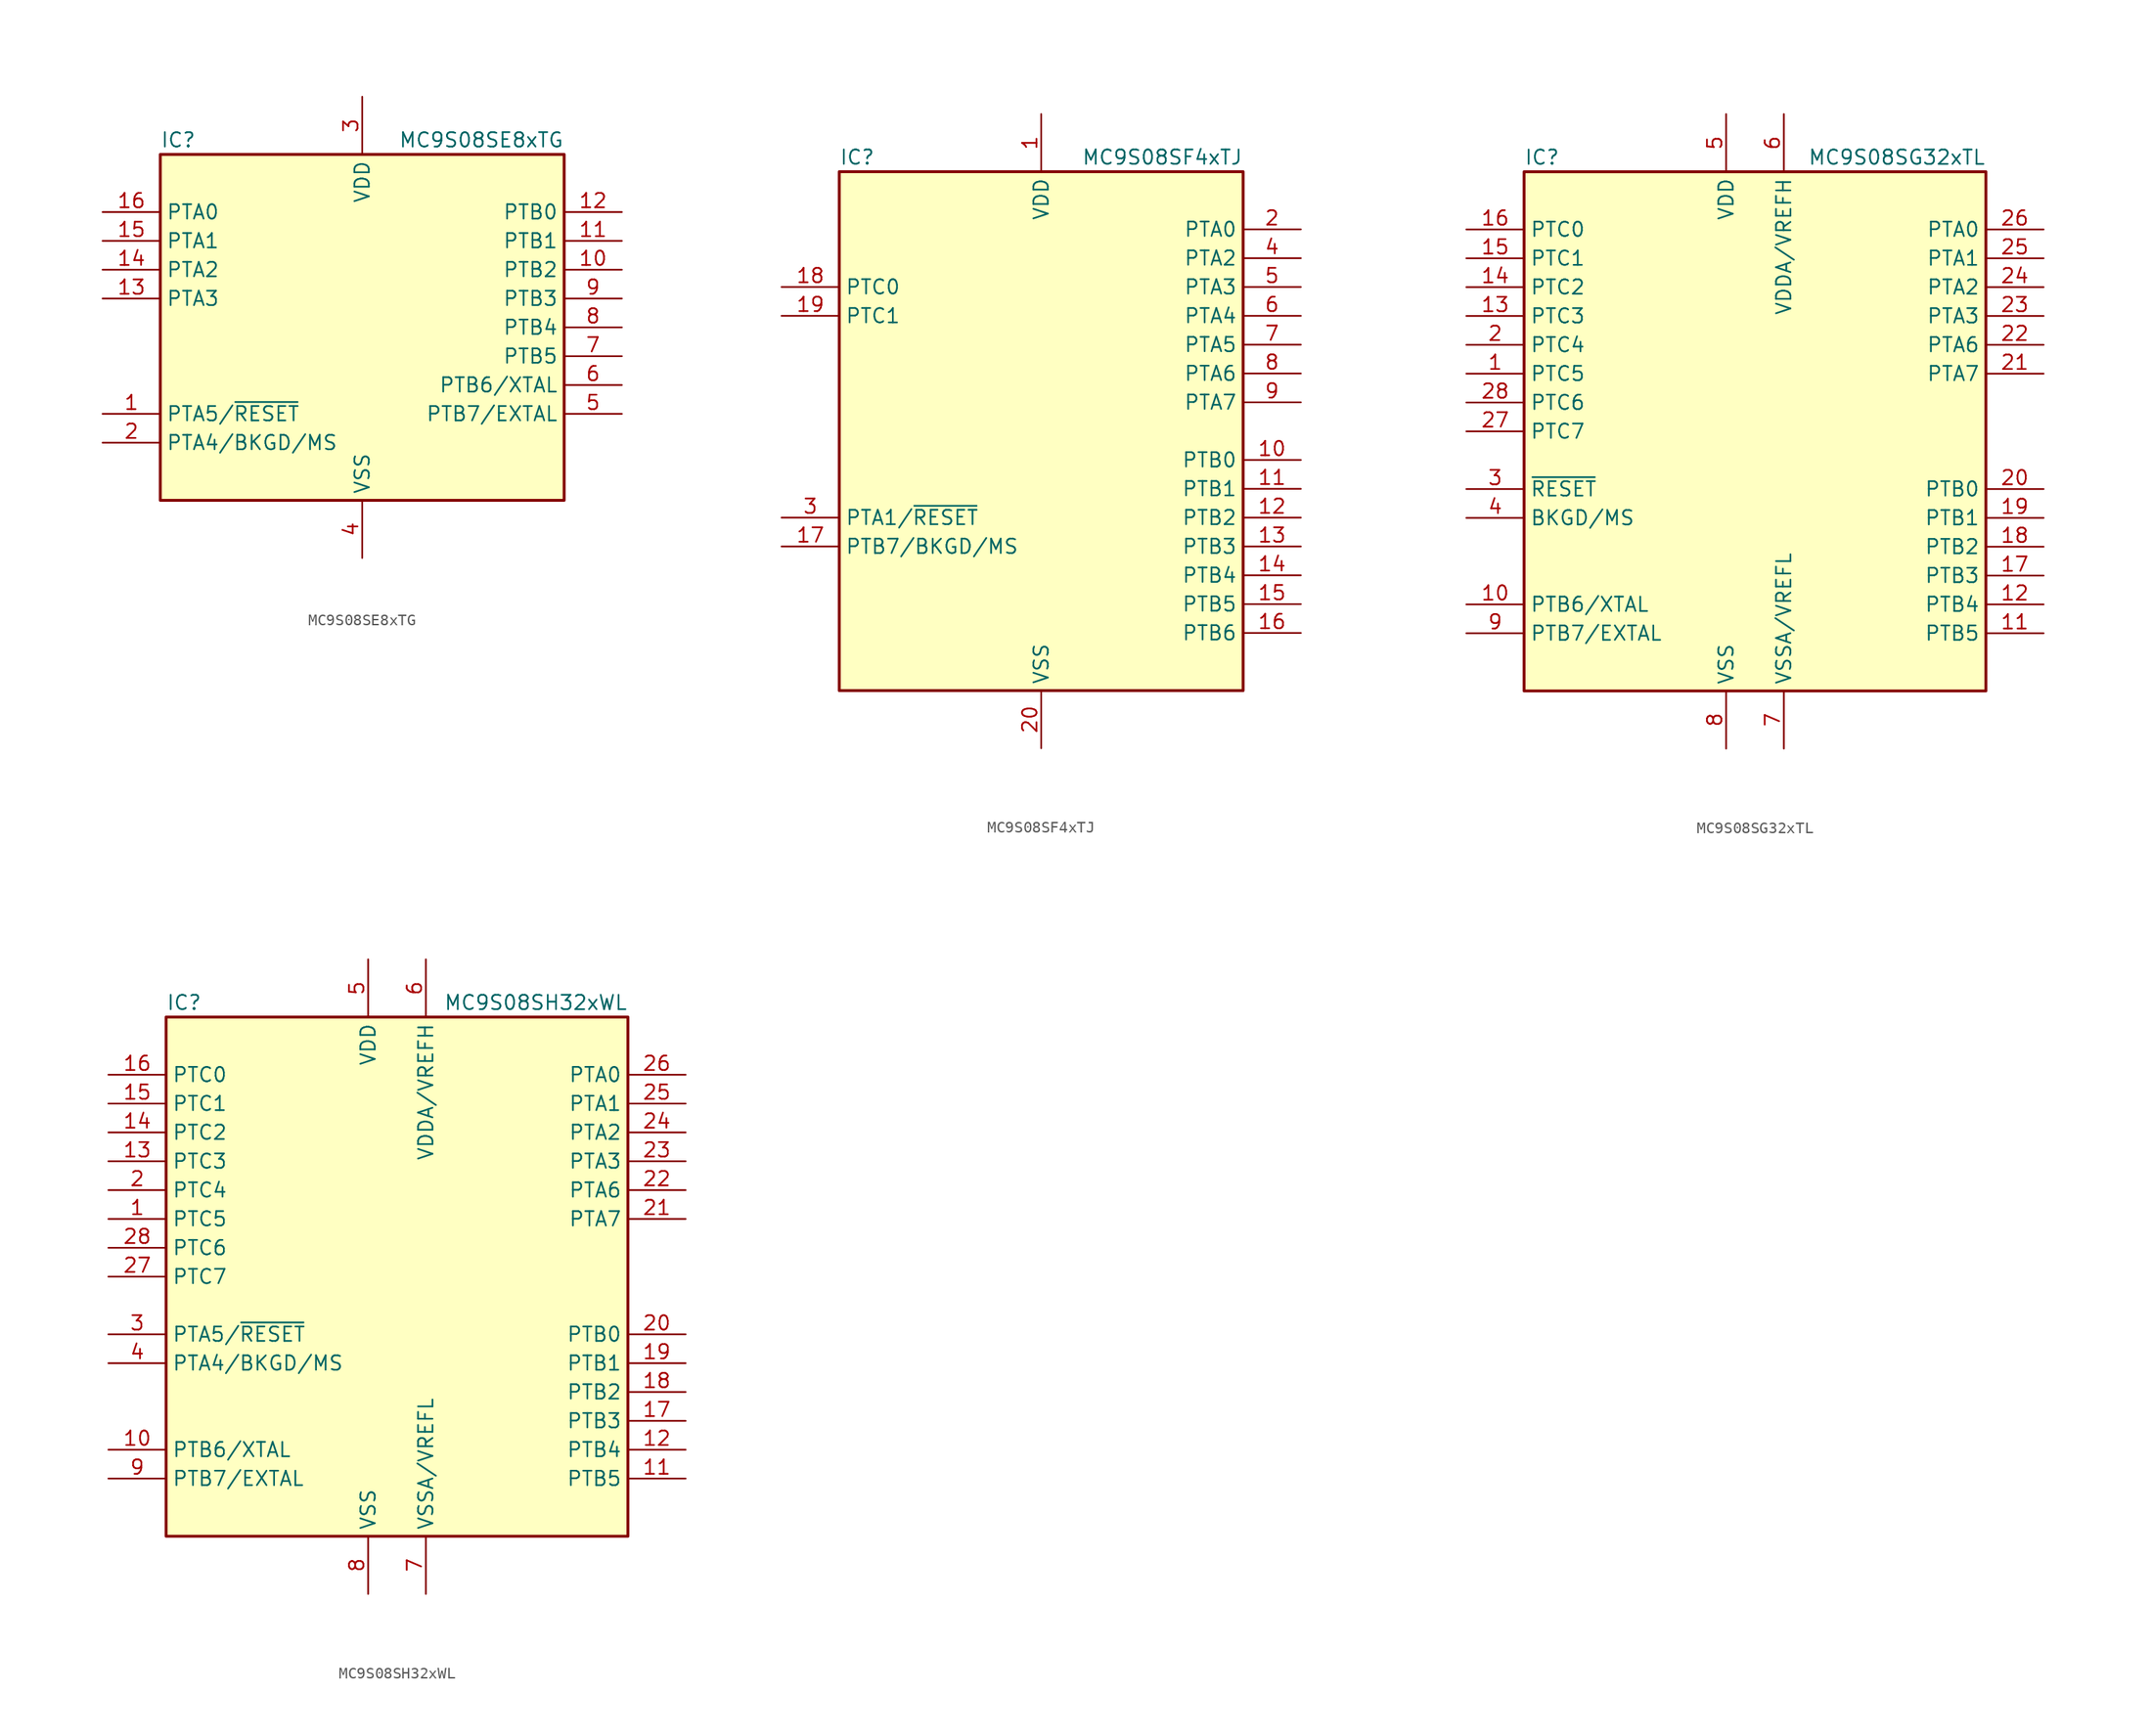
<source format=kicad_sym>
(kicad_symbol_lib
  (version 20231120)
  (generator "kicad_symbol_editor")
  (generator_version "8.0")
  (symbol "MC9S08SE8xTG"
    (property "Reference" "IC"
      (at -17.78 16.51 0)
      (effects (font (size 1.27 1.27)) (justify left)))
    (property "Value" "MC9S08SE8xTG"
      (at 17.78 16.51 0)
      (effects (font (size 1.27 1.27)) (justify right)))
    (symbol "MC9S08SE8xTG_0_1"
      (rectangle (start -17.78 15.24) (end 17.78 -15.24) (stroke (width 0.254) (type default)) (fill (type background))))
    (symbol "MC9S08SE8xTG_1_1"
      (pin bidirectional line (at -22.86 -7.62 0) (length 5.08) (name "PTA5/~{RESET}" (effects (font (size 1.27 1.27)))) (number "1" (effects (font (size 1.27 1.27)))))
      (pin bidirectional line (at 22.86 5.08 180) (length 5.08) (name "PTB2" (effects (font (size 1.27 1.27)))) (number "10" (effects (font (size 1.27 1.27)))))
      (pin bidirectional line (at 22.86 7.62 180) (length 5.08) (name "PTB1" (effects (font (size 1.27 1.27)))) (number "11" (effects (font (size 1.27 1.27)))))
      (pin bidirectional line (at 22.86 10.16 180) (length 5.08) (name "PTB0" (effects (font (size 1.27 1.27)))) (number "12" (effects (font (size 1.27 1.27)))))
      (pin bidirectional line (at -22.86 2.54 0) (length 5.08) (name "PTA3" (effects (font (size 1.27 1.27)))) (number "13" (effects (font (size 1.27 1.27)))))
      (pin bidirectional line (at -22.86 5.08 0) (length 5.08) (name "PTA2" (effects (font (size 1.27 1.27)))) (number "14" (effects (font (size 1.27 1.27)))))
      (pin bidirectional line (at -22.86 7.62 0) (length 5.08) (name "PTA1" (effects (font (size 1.27 1.27)))) (number "15" (effects (font (size 1.27 1.27)))))
      (pin bidirectional line (at -22.86 10.16 0) (length 5.08) (name "PTA0" (effects (font (size 1.27 1.27)))) (number "16" (effects (font (size 1.27 1.27)))))
      (pin bidirectional line (at -22.86 -10.16 0) (length 5.08) (name "PTA4/BKGD/MS" (effects (font (size 1.27 1.27)))) (number "2" (effects (font (size 1.27 1.27)))))
      (pin power_in line (at 0 20.32 270) (length 5.08) (name "VDD" (effects (font (size 1.27 1.27)))) (number "3" (effects (font (size 1.27 1.27)))))
      (pin power_in line (at 0 -20.32 90) (length 5.08) (name "VSS" (effects (font (size 1.27 1.27)))) (number "4" (effects (font (size 1.27 1.27)))))
      (pin bidirectional line (at 22.86 -7.62 180) (length 5.08) (name "PTB7/EXTAL" (effects (font (size 1.27 1.27)))) (number "5" (effects (font (size 1.27 1.27)))))
      (pin bidirectional line (at 22.86 -5.08 180) (length 5.08) (name "PTB6/XTAL" (effects (font (size 1.27 1.27)))) (number "6" (effects (font (size 1.27 1.27)))))
      (pin bidirectional line (at 22.86 -2.54 180) (length 5.08) (name "PTB5" (effects (font (size 1.27 1.27)))) (number "7" (effects (font (size 1.27 1.27)))))
      (pin bidirectional line (at 22.86 0 180) (length 5.08) (name "PTB4" (effects (font (size 1.27 1.27)))) (number "8" (effects (font (size 1.27 1.27)))))
      (pin bidirectional line (at 22.86 2.54 180) (length 5.08) (name "PTB3" (effects (font (size 1.27 1.27)))) (number "9" (effects (font (size 1.27 1.27)))))))
  (symbol "MC9S08SF4xTJ"
    (property "Reference" "IC"
      (at -17.78 24.13 0)
      (effects (font (size 1.27 1.27)) (justify left)))
    (property "Value" "MC9S08SF4xTJ"
      (at 17.78 24.13 0)
      (effects (font (size 1.27 1.27)) (justify right)))
    (symbol "MC9S08SF4xTJ_0_1"
      (rectangle (start -17.78 22.86) (end 17.78 -22.86) (stroke (width 0.254) (type default)) (fill (type background))))
    (symbol "MC9S08SF4xTJ_1_1"
      (pin power_in line (at 0 27.94 270) (length 5.08) (name "VDD" (effects (font (size 1.27 1.27)))) (number "1" (effects (font (size 1.27 1.27)))))
      (pin bidirectional line (at 22.86 -2.54 180) (length 5.08) (name "PTB0" (effects (font (size 1.27 1.27)))) (number "10" (effects (font (size 1.27 1.27)))))
      (pin bidirectional line (at 22.86 -5.08 180) (length 5.08) (name "PTB1" (effects (font (size 1.27 1.27)))) (number "11" (effects (font (size 1.27 1.27)))))
      (pin bidirectional line (at 22.86 -7.62 180) (length 5.08) (name "PTB2" (effects (font (size 1.27 1.27)))) (number "12" (effects (font (size 1.27 1.27)))))
      (pin bidirectional line (at 22.86 -10.16 180) (length 5.08) (name "PTB3" (effects (font (size 1.27 1.27)))) (number "13" (effects (font (size 1.27 1.27)))))
      (pin bidirectional line (at 22.86 -12.7 180) (length 5.08) (name "PTB4" (effects (font (size 1.27 1.27)))) (number "14" (effects (font (size 1.27 1.27)))))
      (pin bidirectional line (at 22.86 -15.24 180) (length 5.08) (name "PTB5" (effects (font (size 1.27 1.27)))) (number "15" (effects (font (size 1.27 1.27)))))
      (pin bidirectional line (at 22.86 -17.78 180) (length 5.08) (name "PTB6" (effects (font (size 1.27 1.27)))) (number "16" (effects (font (size 1.27 1.27)))))
      (pin bidirectional line (at -22.86 -10.16 0) (length 5.08) (name "PTB7/BKGD/MS" (effects (font (size 1.27 1.27)))) (number "17" (effects (font (size 1.27 1.27)))))
      (pin bidirectional line (at -22.86 12.7 0) (length 5.08) (name "PTC0" (effects (font (size 1.27 1.27)))) (number "18" (effects (font (size 1.27 1.27)))))
      (pin bidirectional line (at -22.86 10.16 0) (length 5.08) (name "PTC1" (effects (font (size 1.27 1.27)))) (number "19" (effects (font (size 1.27 1.27)))))
      (pin bidirectional line (at 22.86 17.78 180) (length 5.08) (name "PTA0" (effects (font (size 1.27 1.27)))) (number "2" (effects (font (size 1.27 1.27)))))
      (pin power_in line (at 0 -27.94 90) (length 5.08) (name "VSS" (effects (font (size 1.27 1.27)))) (number "20" (effects (font (size 1.27 1.27)))))
      (pin bidirectional line (at -22.86 -7.62 0) (length 5.08) (name "PTA1/~{RESET}" (effects (font (size 1.27 1.27)))) (number "3" (effects (font (size 1.27 1.27)))))
      (pin bidirectional line (at 22.86 15.24 180) (length 5.08) (name "PTA2" (effects (font (size 1.27 1.27)))) (number "4" (effects (font (size 1.27 1.27)))))
      (pin bidirectional line (at 22.86 12.7 180) (length 5.08) (name "PTA3" (effects (font (size 1.27 1.27)))) (number "5" (effects (font (size 1.27 1.27)))))
      (pin bidirectional line (at 22.86 10.16 180) (length 5.08) (name "PTA4" (effects (font (size 1.27 1.27)))) (number "6" (effects (font (size 1.27 1.27)))))
      (pin bidirectional line (at 22.86 7.62 180) (length 5.08) (name "PTA5" (effects (font (size 1.27 1.27)))) (number "7" (effects (font (size 1.27 1.27)))))
      (pin bidirectional line (at 22.86 5.08 180) (length 5.08) (name "PTA6" (effects (font (size 1.27 1.27)))) (number "8" (effects (font (size 1.27 1.27)))))
      (pin bidirectional line (at 22.86 2.54 180) (length 5.08) (name "PTA7" (effects (font (size 1.27 1.27)))) (number "9" (effects (font (size 1.27 1.27)))))))
  (symbol "MC9S08SG32xTL"
    (property "Reference" "IC"
      (at -20.32 24.13 0)
      (effects (font (size 1.27 1.27)) (justify left)))
    (property "Value" "MC9S08SG32xTL"
      (at 20.32 24.13 0)
      (effects (font (size 1.27 1.27)) (justify right)))
    (symbol "MC9S08SG32xTL_0_1"
      (rectangle (start -20.32 22.86) (end 20.32 -22.86) (stroke (width 0.254) (type default)) (fill (type background))))
    (symbol "MC9S08SG32xTL_1_1"
      (pin bidirectional line (at -25.4 5.08 0) (length 5.08) (name "PTC5" (effects (font (size 1.27 1.27)))) (number "1" (effects (font (size 1.27 1.27)))))
      (pin bidirectional line (at -25.4 -15.24 0) (length 5.08) (name "PTB6/XTAL" (effects (font (size 1.27 1.27)))) (number "10" (effects (font (size 1.27 1.27)))))
      (pin bidirectional line (at 25.4 -17.78 180) (length 5.08) (name "PTB5" (effects (font (size 1.27 1.27)))) (number "11" (effects (font (size 1.27 1.27)))))
      (pin bidirectional line (at 25.4 -15.24 180) (length 5.08) (name "PTB4" (effects (font (size 1.27 1.27)))) (number "12" (effects (font (size 1.27 1.27)))))
      (pin bidirectional line (at -25.4 10.16 0) (length 5.08) (name "PTC3" (effects (font (size 1.27 1.27)))) (number "13" (effects (font (size 1.27 1.27)))))
      (pin bidirectional line (at -25.4 12.7 0) (length 5.08) (name "PTC2" (effects (font (size 1.27 1.27)))) (number "14" (effects (font (size 1.27 1.27)))))
      (pin bidirectional line (at -25.4 15.24 0) (length 5.08) (name "PTC1" (effects (font (size 1.27 1.27)))) (number "15" (effects (font (size 1.27 1.27)))))
      (pin bidirectional line (at -25.4 17.78 0) (length 5.08) (name "PTC0" (effects (font (size 1.27 1.27)))) (number "16" (effects (font (size 1.27 1.27)))))
      (pin bidirectional line (at 25.4 -12.7 180) (length 5.08) (name "PTB3" (effects (font (size 1.27 1.27)))) (number "17" (effects (font (size 1.27 1.27)))))
      (pin bidirectional line (at 25.4 -10.16 180) (length 5.08) (name "PTB2" (effects (font (size 1.27 1.27)))) (number "18" (effects (font (size 1.27 1.27)))))
      (pin bidirectional line (at 25.4 -7.62 180) (length 5.08) (name "PTB1" (effects (font (size 1.27 1.27)))) (number "19" (effects (font (size 1.27 1.27)))))
      (pin bidirectional line (at -25.4 7.62 0) (length 5.08) (name "PTC4" (effects (font (size 1.27 1.27)))) (number "2" (effects (font (size 1.27 1.27)))))
      (pin bidirectional line (at 25.4 -5.08 180) (length 5.08) (name "PTB0" (effects (font (size 1.27 1.27)))) (number "20" (effects (font (size 1.27 1.27)))))
      (pin bidirectional line (at 25.4 5.08 180) (length 5.08) (name "PTA7" (effects (font (size 1.27 1.27)))) (number "21" (effects (font (size 1.27 1.27)))))
      (pin bidirectional line (at 25.4 7.62 180) (length 5.08) (name "PTA6" (effects (font (size 1.27 1.27)))) (number "22" (effects (font (size 1.27 1.27)))))
      (pin bidirectional line (at 25.4 10.16 180) (length 5.08) (name "PTA3" (effects (font (size 1.27 1.27)))) (number "23" (effects (font (size 1.27 1.27)))))
      (pin bidirectional line (at 25.4 12.7 180) (length 5.08) (name "PTA2" (effects (font (size 1.27 1.27)))) (number "24" (effects (font (size 1.27 1.27)))))
      (pin bidirectional line (at 25.4 15.24 180) (length 5.08) (name "PTA1" (effects (font (size 1.27 1.27)))) (number "25" (effects (font (size 1.27 1.27)))))
      (pin bidirectional line (at 25.4 17.78 180) (length 5.08) (name "PTA0" (effects (font (size 1.27 1.27)))) (number "26" (effects (font (size 1.27 1.27)))))
      (pin bidirectional line (at -25.4 0 0) (length 5.08) (name "PTC7" (effects (font (size 1.27 1.27)))) (number "27" (effects (font (size 1.27 1.27)))))
      (pin bidirectional line (at -25.4 2.54 0) (length 5.08) (name "PTC6" (effects (font (size 1.27 1.27)))) (number "28" (effects (font (size 1.27 1.27)))))
      (pin input line (at -25.4 -5.08 0) (length 5.08) (name "~{RESET}" (effects (font (size 1.27 1.27)))) (number "3" (effects (font (size 1.27 1.27)))))
      (pin bidirectional line (at -25.4 -7.62 0) (length 5.08) (name "BKGD/MS" (effects (font (size 1.27 1.27)))) (number "4" (effects (font (size 1.27 1.27)))))
      (pin power_in line (at -2.54 27.94 270) (length 5.08) (name "VDD" (effects (font (size 1.27 1.27)))) (number "5" (effects (font (size 1.27 1.27)))))
      (pin power_in line (at 2.54 27.94 270) (length 5.08) (name "VDDA/VREFH" (effects (font (size 1.27 1.27)))) (number "6" (effects (font (size 1.27 1.27)))))
      (pin power_in line (at 2.54 -27.94 90) (length 5.08) (name "VSSA/VREFL" (effects (font (size 1.27 1.27)))) (number "7" (effects (font (size 1.27 1.27)))))
      (pin power_in line (at -2.54 -27.94 90) (length 5.08) (name "VSS" (effects (font (size 1.27 1.27)))) (number "8" (effects (font (size 1.27 1.27)))))
      (pin bidirectional line (at -25.4 -17.78 0) (length 5.08) (name "PTB7/EXTAL" (effects (font (size 1.27 1.27)))) (number "9" (effects (font (size 1.27 1.27)))))))
  (symbol "MC9S08SH32xWL"
    (property "Reference" "IC"
      (at -20.32 24.13 0)
      (effects (font (size 1.27 1.27)) (justify left)))
    (property "Value" "MC9S08SH32xWL"
      (at 20.32 24.13 0)
      (effects (font (size 1.27 1.27)) (justify right)))
    (symbol "MC9S08SH32xWL_0_1"
      (rectangle (start -20.32 22.86) (end 20.32 -22.86) (stroke (width 0.254) (type default)) (fill (type background))))
    (symbol "MC9S08SH32xWL_1_1"
      (pin bidirectional line (at -25.4 5.08 0) (length 5.08) (name "PTC5" (effects (font (size 1.27 1.27)))) (number "1" (effects (font (size 1.27 1.27)))))
      (pin bidirectional line (at -25.4 -15.24 0) (length 5.08) (name "PTB6/XTAL" (effects (font (size 1.27 1.27)))) (number "10" (effects (font (size 1.27 1.27)))))
      (pin bidirectional line (at 25.4 -17.78 180) (length 5.08) (name "PTB5" (effects (font (size 1.27 1.27)))) (number "11" (effects (font (size 1.27 1.27)))))
      (pin bidirectional line (at 25.4 -15.24 180) (length 5.08) (name "PTB4" (effects (font (size 1.27 1.27)))) (number "12" (effects (font (size 1.27 1.27)))))
      (pin bidirectional line (at -25.4 10.16 0) (length 5.08) (name "PTC3" (effects (font (size 1.27 1.27)))) (number "13" (effects (font (size 1.27 1.27)))))
      (pin bidirectional line (at -25.4 12.7 0) (length 5.08) (name "PTC2" (effects (font (size 1.27 1.27)))) (number "14" (effects (font (size 1.27 1.27)))))
      (pin bidirectional line (at -25.4 15.24 0) (length 5.08) (name "PTC1" (effects (font (size 1.27 1.27)))) (number "15" (effects (font (size 1.27 1.27)))))
      (pin bidirectional line (at -25.4 17.78 0) (length 5.08) (name "PTC0" (effects (font (size 1.27 1.27)))) (number "16" (effects (font (size 1.27 1.27)))))
      (pin bidirectional line (at 25.4 -12.7 180) (length 5.08) (name "PTB3" (effects (font (size 1.27 1.27)))) (number "17" (effects (font (size 1.27 1.27)))))
      (pin bidirectional line (at 25.4 -10.16 180) (length 5.08) (name "PTB2" (effects (font (size 1.27 1.27)))) (number "18" (effects (font (size 1.27 1.27)))))
      (pin bidirectional line (at 25.4 -7.62 180) (length 5.08) (name "PTB1" (effects (font (size 1.27 1.27)))) (number "19" (effects (font (size 1.27 1.27)))))
      (pin bidirectional line (at -25.4 7.62 0) (length 5.08) (name "PTC4" (effects (font (size 1.27 1.27)))) (number "2" (effects (font (size 1.27 1.27)))))
      (pin bidirectional line (at 25.4 -5.08 180) (length 5.08) (name "PTB0" (effects (font (size 1.27 1.27)))) (number "20" (effects (font (size 1.27 1.27)))))
      (pin bidirectional line (at 25.4 5.08 180) (length 5.08) (name "PTA7" (effects (font (size 1.27 1.27)))) (number "21" (effects (font (size 1.27 1.27)))))
      (pin bidirectional line (at 25.4 7.62 180) (length 5.08) (name "PTA6" (effects (font (size 1.27 1.27)))) (number "22" (effects (font (size 1.27 1.27)))))
      (pin bidirectional line (at 25.4 10.16 180) (length 5.08) (name "PTA3" (effects (font (size 1.27 1.27)))) (number "23" (effects (font (size 1.27 1.27)))))
      (pin bidirectional line (at 25.4 12.7 180) (length 5.08) (name "PTA2" (effects (font (size 1.27 1.27)))) (number "24" (effects (font (size 1.27 1.27)))))
      (pin bidirectional line (at 25.4 15.24 180) (length 5.08) (name "PTA1" (effects (font (size 1.27 1.27)))) (number "25" (effects (font (size 1.27 1.27)))))
      (pin bidirectional line (at 25.4 17.78 180) (length 5.08) (name "PTA0" (effects (font (size 1.27 1.27)))) (number "26" (effects (font (size 1.27 1.27)))))
      (pin bidirectional line (at -25.4 0 0) (length 5.08) (name "PTC7" (effects (font (size 1.27 1.27)))) (number "27" (effects (font (size 1.27 1.27)))))
      (pin bidirectional line (at -25.4 2.54 0) (length 5.08) (name "PTC6" (effects (font (size 1.27 1.27)))) (number "28" (effects (font (size 1.27 1.27)))))
      (pin bidirectional line (at -25.4 -5.08 0) (length 5.08) (name "PTA5/~{RESET}" (effects (font (size 1.27 1.27)))) (number "3" (effects (font (size 1.27 1.27)))))
      (pin bidirectional line (at -25.4 -7.62 0) (length 5.08) (name "PTA4/BKGD/MS" (effects (font (size 1.27 1.27)))) (number "4" (effects (font (size 1.27 1.27)))))
      (pin power_in line (at -2.54 27.94 270) (length 5.08) (name "VDD" (effects (font (size 1.27 1.27)))) (number "5" (effects (font (size 1.27 1.27)))))
      (pin power_in line (at 2.54 27.94 270) (length 5.08) (name "VDDA/VREFH" (effects (font (size 1.27 1.27)))) (number "6" (effects (font (size 1.27 1.27)))))
      (pin power_in line (at 2.54 -27.94 90) (length 5.08) (name "VSSA/VREFL" (effects (font (size 1.27 1.27)))) (number "7" (effects (font (size 1.27 1.27)))))
      (pin power_in line (at -2.54 -27.94 90) (length 5.08) (name "VSS" (effects (font (size 1.27 1.27)))) (number "8" (effects (font (size 1.27 1.27)))))
      (pin bidirectional line (at -25.4 -17.78 0) (length 5.08) (name "PTB7/EXTAL" (effects (font (size 1.27 1.27)))) (number "9" (effects (font (size 1.27 1.27))))))))
</source>
